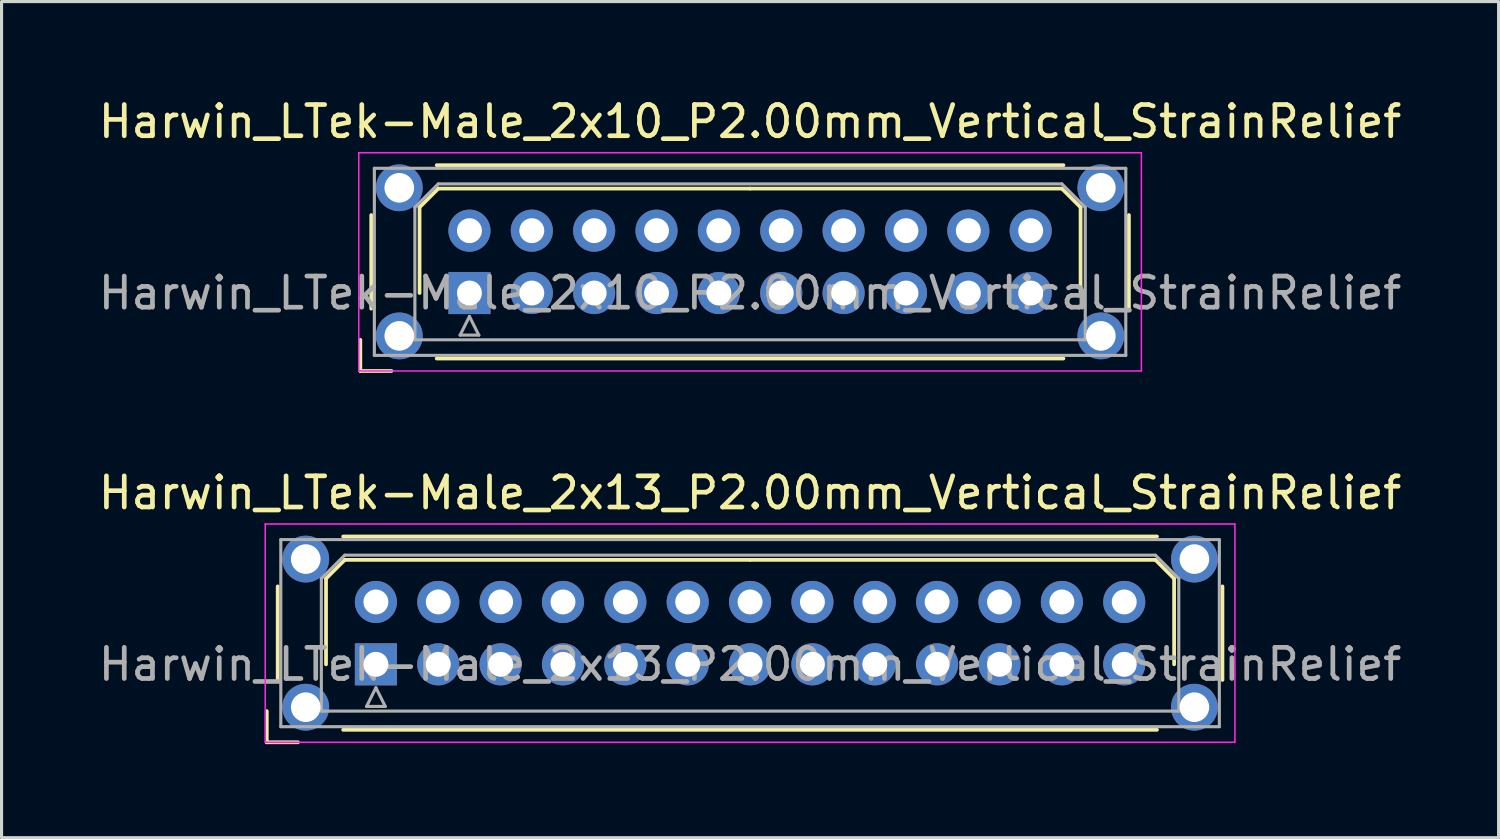
<source format=kicad_pcb>
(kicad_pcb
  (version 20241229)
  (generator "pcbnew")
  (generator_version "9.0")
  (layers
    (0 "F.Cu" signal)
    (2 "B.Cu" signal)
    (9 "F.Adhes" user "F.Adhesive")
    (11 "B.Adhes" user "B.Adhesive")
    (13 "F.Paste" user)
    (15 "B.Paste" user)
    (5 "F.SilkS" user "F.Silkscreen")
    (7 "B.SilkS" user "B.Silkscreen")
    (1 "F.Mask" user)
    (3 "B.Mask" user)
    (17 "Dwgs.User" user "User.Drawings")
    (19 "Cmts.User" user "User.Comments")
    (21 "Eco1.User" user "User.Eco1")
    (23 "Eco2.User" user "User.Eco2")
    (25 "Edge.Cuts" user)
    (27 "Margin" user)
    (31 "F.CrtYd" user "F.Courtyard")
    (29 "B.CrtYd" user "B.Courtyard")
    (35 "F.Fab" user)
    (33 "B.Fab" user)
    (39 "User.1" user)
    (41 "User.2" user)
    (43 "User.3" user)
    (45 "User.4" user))
  (footprint "Harwin_LTek-Male_2x13_P2.00mm_Vertical_StrainRelief"
    (layer "F.Cu")
    (at 9.006 18.256)
    (property "Reference" "Harwin_LTek-Male_2x13_P2.00mm_Vertical_StrainRelief" (at 12 -5.5 0) (layer "F.SilkS") (effects (font (size 1 1) (thickness 0.15))))
    (attr through_hole)
    (fp_line (start -3.5 1.5) (end -3.5 2.5) (stroke (width 0.12) (type solid)) (layer "F.SilkS"))
    (fp_line (start -3.5 2.5) (end -2.5 2.5) (stroke (width 0.12) (type solid)) (layer "F.SilkS"))
    (fp_line (start -3.15 -2.5) (end -3.15 0.5) (stroke (width 0.12) (type solid)) (layer "F.SilkS"))
    (fp_line (start -1.6 -2.75) (end -1 -3.35) (stroke (width 0.12) (type solid)) (layer "F.SilkS"))
    (fp_line (start -1.6 0) (end -1.6 -2.75) (stroke (width 0.12) (type solid)) (layer "F.SilkS"))
    (fp_line (start -1.05 -4.1) (end 25.05 -4.1) (stroke (width 0.12) (type solid)) (layer "F.SilkS"))
    (fp_line (start -1.05 2.1) (end 25.05 2.1) (stroke (width 0.12) (type solid)) (layer "F.SilkS"))
    (fp_line (start -1 -3.35) (end 12 -3.35) (stroke (width 0.12) (type solid)) (layer "F.SilkS"))
    (fp_line (start 25 -3.35) (end 12 -3.35) (stroke (width 0.12) (type solid)) (layer "F.SilkS"))
    (fp_line (start 25.6 -2.75) (end 25 -3.35) (stroke (width 0.12) (type solid)) (layer "F.SilkS"))
    (fp_line (start 25.6 0) (end 25.6 -2.75) (stroke (width 0.12) (type solid)) (layer "F.SilkS"))
    (fp_line (start 27.15 -2.5) (end 27.15 0.5) (stroke (width 0.12) (type solid)) (layer "F.SilkS"))
    (fp_line (start -3.55 -4.5) (end -3.55 2.5) (stroke (width 0.05) (type solid)) (layer "F.CrtYd"))
    (fp_line (start -3.55 2.5) (end 27.55 2.5) (stroke (width 0.05) (type solid)) (layer "F.CrtYd"))
    (fp_line (start 27.55 -4.5) (end -3.55 -4.5) (stroke (width 0.05) (type solid)) (layer "F.CrtYd"))
    (fp_line (start 27.55 2.5) (end 27.55 -4.5) (stroke (width 0.05) (type solid)) (layer "F.CrtYd"))
    (fp_line (start -3.05 -4) (end -3.05 2) (stroke (width 0.1) (type solid)) (layer "F.Fab"))
    (fp_line (start -3.05 2) (end 27.05 2) (stroke (width 0.1) (type solid)) (layer "F.Fab"))
    (fp_line (start -1.75 -2.75) (end -1 -3.5) (stroke (width 0.1) (type solid)) (layer "F.Fab"))
    (fp_line (start -1.75 1.5) (end -1.75 -2.75) (stroke (width 0.1) (type solid)) (layer "F.Fab"))
    (fp_line (start -1 -3.5) (end 25 -3.5) (stroke (width 0.1) (type solid)) (layer "F.Fab"))
    (fp_line (start -0.3 1.35) (end 0.3 1.35) (stroke (width 0.1) (type solid)) (layer "F.Fab"))
    (fp_line (start 0 0.75) (end -0.3 1.35) (stroke (width 0.1) (type solid)) (layer "F.Fab"))
    (fp_line (start 0.3 1.35) (end 0 0.75) (stroke (width 0.1) (type solid)) (layer "F.Fab"))
    (fp_line (start 25 -3.5) (end 25.75 -2.75) (stroke (width 0.1) (type solid)) (layer "F.Fab"))
    (fp_line (start 25.75 -2.75) (end 25.75 1.5) (stroke (width 0.1) (type solid)) (layer "F.Fab"))
    (fp_line (start 25.75 1.5) (end -1.75 1.5) (stroke (width 0.1) (type solid)) (layer "F.Fab"))
    (fp_line (start 27.05 -4) (end -3.05 -4) (stroke (width 0.1) (type solid)) (layer "F.Fab"))
    (fp_line (start 27.05 2) (end 27.05 -4) (stroke (width 0.1) (type solid)) (layer "F.Fab"))
    (fp_text user "${REFERENCE}" (at 12 0 0) (layer "F.Fab") (effects (font (size 1 1) (thickness 0.15))))
    (pad "" thru_hole circle (at -2.25 -3.375) (size 1.5 1.5) (drill 0.95) (layers "*.Cu" "*.Mask"))
    (pad "" thru_hole circle (at -2.25 1.375) (size 1.5 1.5) (drill 0.95) (layers "*.Cu" "*.Mask"))
    (pad "" thru_hole circle (at 26.25 -3.375) (size 1.5 1.5) (drill 0.95) (layers "*.Cu" "*.Mask"))
    (pad "" thru_hole circle (at 26.25 1.375) (size 1.5 1.5) (drill 0.95) (layers "*.Cu" "*.Mask"))
    (pad "1" thru_hole rect (at 0 0) (size 1.35 1.35) (drill 0.8) (layers "*.Cu" "*.Mask"))
    (pad "2" thru_hole circle (at 0 -2) (size 1.35 1.35) (drill 0.8) (layers "*.Cu" "*.Mask"))
    (pad "3" thru_hole circle (at 2 0) (size 1.35 1.35) (drill 0.8) (layers "*.Cu" "*.Mask"))
    (pad "4" thru_hole circle (at 2 -2) (size 1.35 1.35) (drill 0.8) (layers "*.Cu" "*.Mask"))
    (pad "5" thru_hole circle (at 4 0) (size 1.35 1.35) (drill 0.8) (layers "*.Cu" "*.Mask"))
    (pad "6" thru_hole circle (at 4 -2) (size 1.35 1.35) (drill 0.8) (layers "*.Cu" "*.Mask"))
    (pad "7" thru_hole circle (at 6 0) (size 1.35 1.35) (drill 0.8) (layers "*.Cu" "*.Mask"))
    (pad "8" thru_hole circle (at 6 -2) (size 1.35 1.35) (drill 0.8) (layers "*.Cu" "*.Mask"))
    (pad "9" thru_hole circle (at 8 0) (size 1.35 1.35) (drill 0.8) (layers "*.Cu" "*.Mask"))
    (pad "10" thru_hole circle (at 8 -2) (size 1.35 1.35) (drill 0.8) (layers "*.Cu" "*.Mask"))
    (pad "11" thru_hole circle (at 10 0) (size 1.35 1.35) (drill 0.8) (layers "*.Cu" "*.Mask"))
    (pad "12" thru_hole circle (at 10 -2) (size 1.35 1.35) (drill 0.8) (layers "*.Cu" "*.Mask"))
    (pad "13" thru_hole circle (at 12 0) (size 1.35 1.35) (drill 0.8) (layers "*.Cu" "*.Mask"))
    (pad "14" thru_hole circle (at 12 -2) (size 1.35 1.35) (drill 0.8) (layers "*.Cu" "*.Mask"))
    (pad "15" thru_hole circle (at 14 0) (size 1.35 1.35) (drill 0.8) (layers "*.Cu" "*.Mask"))
    (pad "16" thru_hole circle (at 14 -2) (size 1.35 1.35) (drill 0.8) (layers "*.Cu" "*.Mask"))
    (pad "17" thru_hole circle (at 16 0) (size 1.35 1.35) (drill 0.8) (layers "*.Cu" "*.Mask"))
    (pad "18" thru_hole circle (at 16 -2) (size 1.35 1.35) (drill 0.8) (layers "*.Cu" "*.Mask"))
    (pad "19" thru_hole circle (at 18 0) (size 1.35 1.35) (drill 0.8) (layers "*.Cu" "*.Mask"))
    (pad "20" thru_hole circle (at 18 -2) (size 1.35 1.35) (drill 0.8) (layers "*.Cu" "*.Mask"))
    (pad "21" thru_hole circle (at 20 0) (size 1.35 1.35) (drill 0.8) (layers "*.Cu" "*.Mask"))
    (pad "22" thru_hole circle (at 20 -2) (size 1.35 1.35) (drill 0.8) (layers "*.Cu" "*.Mask"))
    (pad "23" thru_hole circle (at 22 0) (size 1.35 1.35) (drill 0.8) (layers "*.Cu" "*.Mask"))
    (pad "24" thru_hole circle (at 22 -2) (size 1.35 1.35) (drill 0.8) (layers "*.Cu" "*.Mask"))
    (pad "25" thru_hole circle (at 24 0) (size 1.35 1.35) (drill 0.8) (layers "*.Cu" "*.Mask"))
    (pad "26" thru_hole circle (at 24 -2) (size 1.35 1.35) (drill 0.8) (layers "*.Cu" "*.Mask")))
  (footprint "Harwin_LTek-Male_2x10_P2.00mm_Vertical_StrainRelief"
    (layer "F.Cu")
    (at 12.006 6.348)
    (property "Reference" "Harwin_LTek-Male_2x10_P2.00mm_Vertical_StrainRelief" (at 9 -5.5 0) (layer "F.SilkS") (effects (font (size 1 1) (thickness 0.15))))
    (attr through_hole)
    (fp_line (start -3.5 1.5) (end -3.5 2.5) (stroke (width 0.12) (type solid)) (layer "F.SilkS"))
    (fp_line (start -3.5 2.5) (end -2.5 2.5) (stroke (width 0.12) (type solid)) (layer "F.SilkS"))
    (fp_line (start -3.15 -2.5) (end -3.15 0.5) (stroke (width 0.12) (type solid)) (layer "F.SilkS"))
    (fp_line (start -1.6 -2.75) (end -1 -3.35) (stroke (width 0.12) (type solid)) (layer "F.SilkS"))
    (fp_line (start -1.6 0) (end -1.6 -2.75) (stroke (width 0.12) (type solid)) (layer "F.SilkS"))
    (fp_line (start -1.05 -4.1) (end 19.05 -4.1) (stroke (width 0.12) (type solid)) (layer "F.SilkS"))
    (fp_line (start -1.05 2.1) (end 19.05 2.1) (stroke (width 0.12) (type solid)) (layer "F.SilkS"))
    (fp_line (start -1 -3.35) (end 9 -3.35) (stroke (width 0.12) (type solid)) (layer "F.SilkS"))
    (fp_line (start 19 -3.35) (end 9 -3.35) (stroke (width 0.12) (type solid)) (layer "F.SilkS"))
    (fp_line (start 19.6 -2.75) (end 19 -3.35) (stroke (width 0.12) (type solid)) (layer "F.SilkS"))
    (fp_line (start 19.6 0) (end 19.6 -2.75) (stroke (width 0.12) (type solid)) (layer "F.SilkS"))
    (fp_line (start 21.15 -2.5) (end 21.15 0.5) (stroke (width 0.12) (type solid)) (layer "F.SilkS"))
    (fp_line (start -3.55 -4.5) (end -3.55 2.5) (stroke (width 0.05) (type solid)) (layer "F.CrtYd"))
    (fp_line (start -3.55 2.5) (end 21.55 2.5) (stroke (width 0.05) (type solid)) (layer "F.CrtYd"))
    (fp_line (start 21.55 -4.5) (end -3.55 -4.5) (stroke (width 0.05) (type solid)) (layer "F.CrtYd"))
    (fp_line (start 21.55 2.5) (end 21.55 -4.5) (stroke (width 0.05) (type solid)) (layer "F.CrtYd"))
    (fp_line (start -3.05 -4) (end -3.05 2) (stroke (width 0.1) (type solid)) (layer "F.Fab"))
    (fp_line (start -3.05 2) (end 21.05 2) (stroke (width 0.1) (type solid)) (layer "F.Fab"))
    (fp_line (start -1.75 -2.75) (end -1 -3.5) (stroke (width 0.1) (type solid)) (layer "F.Fab"))
    (fp_line (start -1.75 1.5) (end -1.75 -2.75) (stroke (width 0.1) (type solid)) (layer "F.Fab"))
    (fp_line (start -1 -3.5) (end 19 -3.5) (stroke (width 0.1) (type solid)) (layer "F.Fab"))
    (fp_line (start -0.3 1.35) (end 0.3 1.35) (stroke (width 0.1) (type solid)) (layer "F.Fab"))
    (fp_line (start 0 0.75) (end -0.3 1.35) (stroke (width 0.1) (type solid)) (layer "F.Fab"))
    (fp_line (start 0.3 1.35) (end 0 0.75) (stroke (width 0.1) (type solid)) (layer "F.Fab"))
    (fp_line (start 19 -3.5) (end 19.75 -2.75) (stroke (width 0.1) (type solid)) (layer "F.Fab"))
    (fp_line (start 19.75 -2.75) (end 19.75 1.5) (stroke (width 0.1) (type solid)) (layer "F.Fab"))
    (fp_line (start 19.75 1.5) (end -1.75 1.5) (stroke (width 0.1) (type solid)) (layer "F.Fab"))
    (fp_line (start 21.05 -4) (end -3.05 -4) (stroke (width 0.1) (type solid)) (layer "F.Fab"))
    (fp_line (start 21.05 2) (end 21.05 -4) (stroke (width 0.1) (type solid)) (layer "F.Fab"))
    (fp_text user "${REFERENCE}" (at 9 0 0) (layer "F.Fab") (effects (font (size 1 1) (thickness 0.15))))
    (pad "" thru_hole circle (at -2.25 -3.375) (size 1.5 1.5) (drill 0.95) (layers "*.Cu" "*.Mask"))
    (pad "" thru_hole circle (at -2.25 1.375) (size 1.5 1.5) (drill 0.95) (layers "*.Cu" "*.Mask"))
    (pad "" thru_hole circle (at 20.25 -3.375) (size 1.5 1.5) (drill 0.95) (layers "*.Cu" "*.Mask"))
    (pad "" thru_hole circle (at 20.25 1.375) (size 1.5 1.5) (drill 0.95) (layers "*.Cu" "*.Mask"))
    (pad "1" thru_hole rect (at 0 0) (size 1.35 1.35) (drill 0.8) (layers "*.Cu" "*.Mask"))
    (pad "2" thru_hole circle (at 0 -2) (size 1.35 1.35) (drill 0.8) (layers "*.Cu" "*.Mask"))
    (pad "3" thru_hole circle (at 2 0) (size 1.35 1.35) (drill 0.8) (layers "*.Cu" "*.Mask"))
    (pad "4" thru_hole circle (at 2 -2) (size 1.35 1.35) (drill 0.8) (layers "*.Cu" "*.Mask"))
    (pad "5" thru_hole circle (at 4 0) (size 1.35 1.35) (drill 0.8) (layers "*.Cu" "*.Mask"))
    (pad "6" thru_hole circle (at 4 -2) (size 1.35 1.35) (drill 0.8) (layers "*.Cu" "*.Mask"))
    (pad "7" thru_hole circle (at 6 0) (size 1.35 1.35) (drill 0.8) (layers "*.Cu" "*.Mask"))
    (pad "8" thru_hole circle (at 6 -2) (size 1.35 1.35) (drill 0.8) (layers "*.Cu" "*.Mask"))
    (pad "9" thru_hole circle (at 8 0) (size 1.35 1.35) (drill 0.8) (layers "*.Cu" "*.Mask"))
    (pad "10" thru_hole circle (at 8 -2) (size 1.35 1.35) (drill 0.8) (layers "*.Cu" "*.Mask"))
    (pad "11" thru_hole circle (at 10 0) (size 1.35 1.35) (drill 0.8) (layers "*.Cu" "*.Mask"))
    (pad "12" thru_hole circle (at 10 -2) (size 1.35 1.35) (drill 0.8) (layers "*.Cu" "*.Mask"))
    (pad "13" thru_hole circle (at 12 0) (size 1.35 1.35) (drill 0.8) (layers "*.Cu" "*.Mask"))
    (pad "14" thru_hole circle (at 12 -2) (size 1.35 1.35) (drill 0.8) (layers "*.Cu" "*.Mask"))
    (pad "15" thru_hole circle (at 14 0) (size 1.35 1.35) (drill 0.8) (layers "*.Cu" "*.Mask"))
    (pad "16" thru_hole circle (at 14 -2) (size 1.35 1.35) (drill 0.8) (layers "*.Cu" "*.Mask"))
    (pad "17" thru_hole circle (at 16 0) (size 1.35 1.35) (drill 0.8) (layers "*.Cu" "*.Mask"))
    (pad "18" thru_hole circle (at 16 -2) (size 1.35 1.35) (drill 0.8) (layers "*.Cu" "*.Mask"))
    (pad "19" thru_hole circle (at 18 0) (size 1.35 1.35) (drill 0.8) (layers "*.Cu" "*.Mask"))
    (pad "20" thru_hole circle (at 18 -2) (size 1.35 1.35) (drill 0.8) (layers "*.Cu" "*.Mask")))
  (gr_rect
    (start -3 -3)
    (end 45.012 23.817)
    (stroke (width 0.1) (type default))
    (fill no)
    (layer "Edge.Cuts")))
</source>
